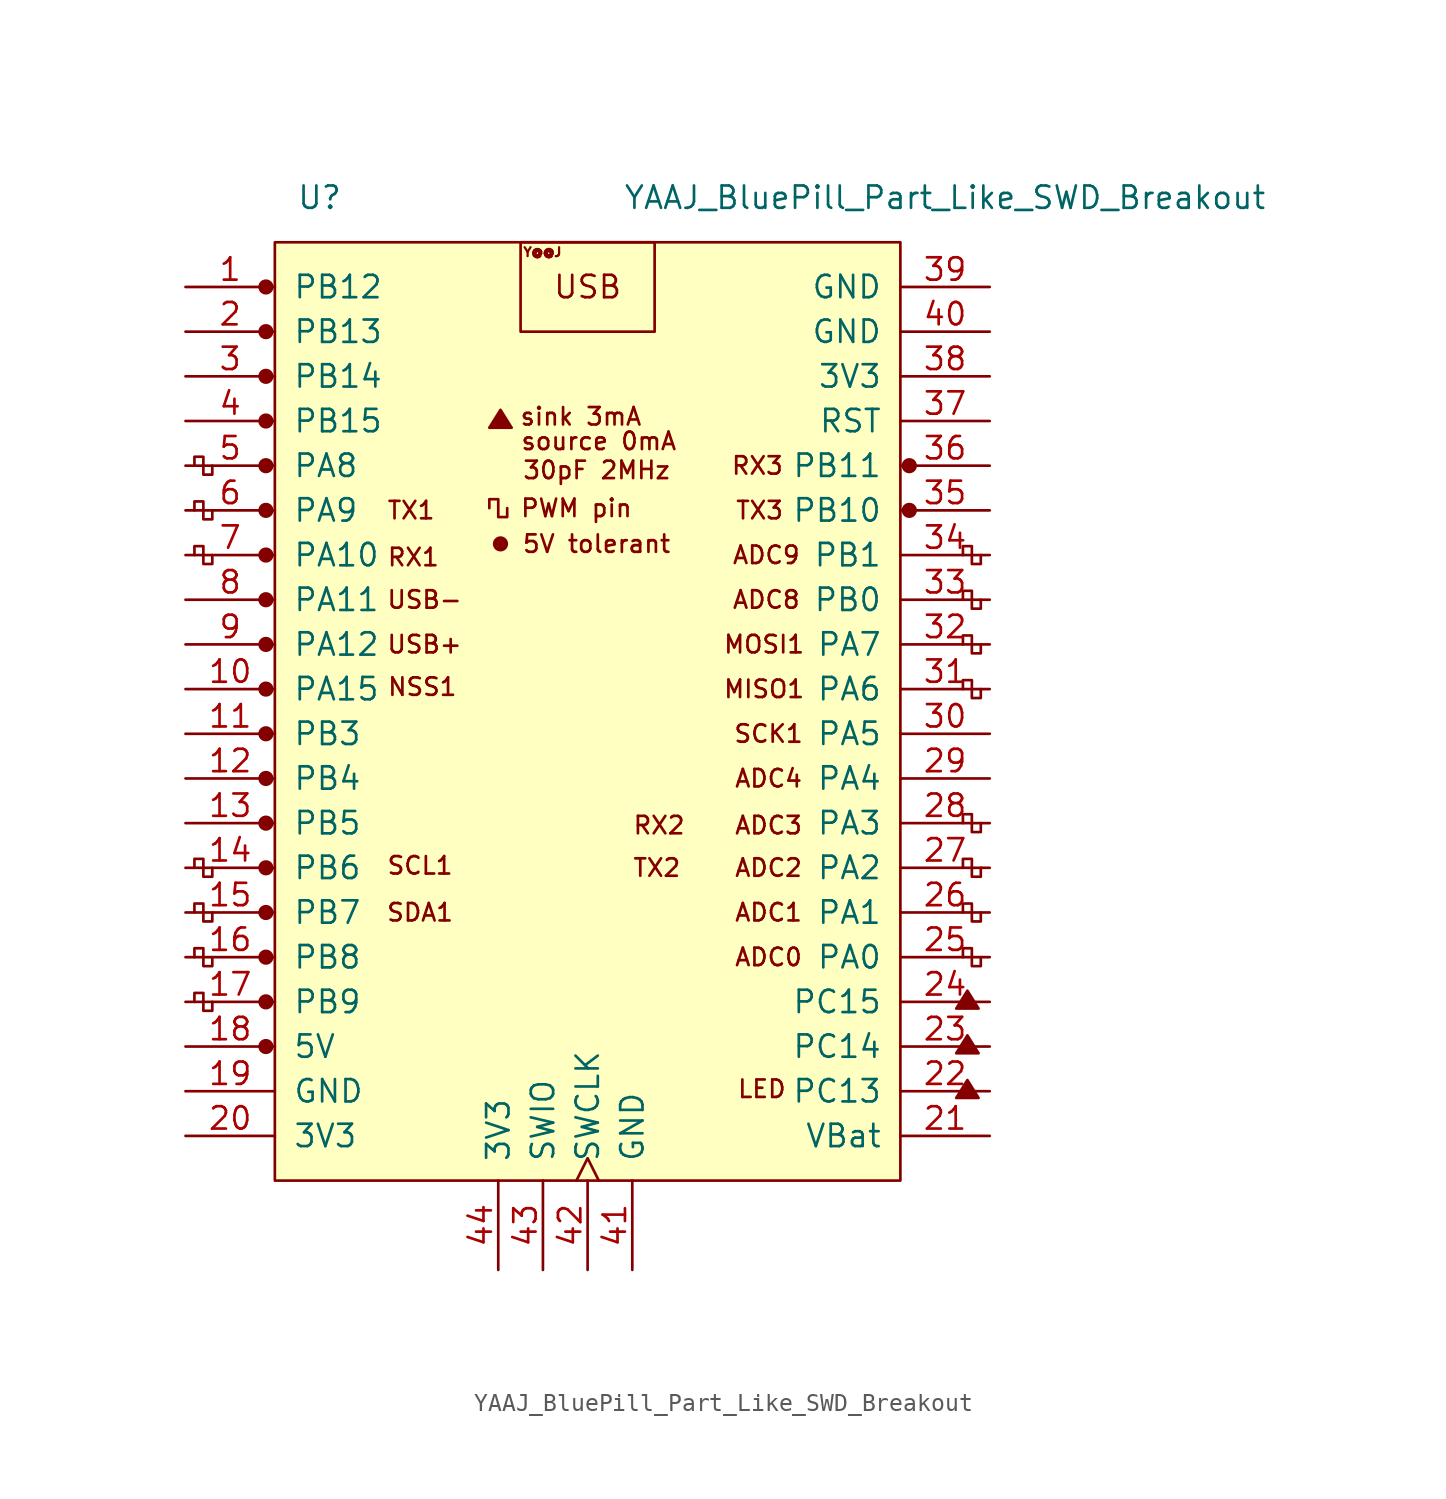
<source format=kicad_sym>
(kicad_symbol_lib
  (version 20231120)
  (generator "kicad_symbol_editor")
  (generator_version "8.0")
  (symbol "YAAJ_BluePill_Part_Like_SWD_Breakout"
    (pin_names
      (offset 1.016))
    (property "Reference" "U"
      (at -15.24 27.94 0)
      (effects (font (size 1.27 1.27))))
    (property "Value" "YAAJ_BluePill_Part_Like_SWD_Breakout"
      (at 20.32 27.94 0)
      (effects (font (size 1.27 1.27))))
    (symbol "YAAJ_BluePill_Part_Like_SWD_Breakout_0_0"
      (circle (center -18.288 -20.32) (radius 0.356) (stroke (width 0) (type solid)) (fill (type outline)))
      (circle (center -18.288 -17.78) (radius 0.356) (stroke (width 0) (type solid)) (fill (type outline)))
      (circle (center -18.288 -15.24) (radius 0.356) (stroke (width 0) (type solid)) (fill (type outline)))
      (circle (center -18.288 -12.7) (radius 0.356) (stroke (width 0) (type solid)) (fill (type outline)))
      (circle (center -18.288 -10.16) (radius 0.356) (stroke (width 0) (type solid)) (fill (type outline)))
      (circle (center -18.288 -7.62) (radius 0.356) (stroke (width 0) (type solid)) (fill (type outline)))
      (circle (center -18.288 -5.08) (radius 0.356) (stroke (width 0) (type solid)) (fill (type outline)))
      (circle (center -18.288 -2.54) (radius 0.356) (stroke (width 0) (type solid)) (fill (type outline)))
      (circle (center -18.288 0) (radius 0.356) (stroke (width 0) (type solid)) (fill (type outline)))
      (circle (center -18.288 2.54) (radius 0.356) (stroke (width 0) (type solid)) (fill (type outline)))
      (circle (center -18.288 5.08) (radius 0.356) (stroke (width 0) (type solid)) (fill (type outline)))
      (circle (center -18.288 7.62) (radius 0.356) (stroke (width 0) (type solid)) (fill (type outline)))
      (circle (center -18.288 10.16) (radius 0.356) (stroke (width 0) (type solid)) (fill (type outline)))
      (circle (center -18.288 12.7) (radius 0.356) (stroke (width 0) (type solid)) (fill (type outline)))
      (circle (center -18.288 15.24) (radius 0.356) (stroke (width 0) (type solid)) (fill (type outline)))
      (circle (center -18.288 17.78) (radius 0.356) (stroke (width 0) (type solid)) (fill (type outline)))
      (circle (center -18.288 22.86) (radius 0.356) (stroke (width 0) (type solid)) (fill (type outline)))
      (circle (center -4.953 8.255) (radius 0.127) (stroke (width 0) (type solid)) (fill (type outline)))
      (circle (center -4.953 8.255) (radius 0.254) (stroke (width 0) (type solid)) (fill (type none)))
      (circle (center -4.953 8.255) (radius 0.356) (stroke (width 0) (type solid)) (fill (type none)))
      (polyline (pts (xy -5.588 14.859) (xy -4.953 15.875) (xy -4.318 14.859) (xy -5.588 14.859) (xy -4.953 15.748) (xy -4.445 14.859) (xy -5.461 14.986) (xy -4.953 15.621) (xy -4.572 14.859) (xy -5.334 15.113) (xy -4.826 15.494) (xy -4.699 14.859) (xy -5.207 15.24) (xy -4.699 15.367) (xy -4.826 14.986) (xy -5.08 15.24) (xy -4.826 15.113) (xy -4.953 15.367)) (stroke (width 0) (type solid)) (fill (type none)))
      (polyline (pts (xy 20.955 -23.241) (xy 21.59 -22.225) (xy 22.225 -23.241) (xy 20.955 -23.241) (xy 21.59 -22.352) (xy 22.098 -23.241) (xy 21.082 -23.114) (xy 21.59 -22.479) (xy 21.971 -23.241) (xy 21.209 -22.987) (xy 21.717 -22.606) (xy 21.844 -23.241) (xy 21.336 -22.86) (xy 21.844 -22.733) (xy 21.717 -23.114) (xy 21.463 -22.86) (xy 21.717 -22.987) (xy 21.59 -22.733)) (stroke (width 0) (type solid)) (fill (type none)))
      (polyline (pts (xy 20.955 -20.701) (xy 21.59 -19.685) (xy 22.225 -20.701) (xy 20.955 -20.701) (xy 21.59 -19.812) (xy 22.098 -20.701) (xy 21.082 -20.574) (xy 21.59 -19.939) (xy 21.971 -20.701) (xy 21.209 -20.447) (xy 21.717 -20.066) (xy 21.844 -20.701) (xy 21.336 -20.32) (xy 21.844 -20.193) (xy 21.717 -20.574) (xy 21.463 -20.32) (xy 21.717 -20.447) (xy 21.59 -20.193)) (stroke (width 0) (type solid)) (fill (type none)))
      (polyline (pts (xy 20.955 -18.161) (xy 21.59 -17.145) (xy 22.225 -18.161) (xy 20.955 -18.161) (xy 21.59 -17.272) (xy 22.098 -18.161) (xy 21.082 -18.034) (xy 21.59 -17.399) (xy 21.971 -18.161) (xy 21.209 -17.907) (xy 21.717 -17.526) (xy 21.844 -18.161) (xy 21.336 -17.78) (xy 21.844 -17.653) (xy 21.717 -18.034) (xy 21.463 -17.78) (xy 21.717 -17.907) (xy 21.59 -17.653)) (stroke (width 0) (type solid)) (fill (type none)))
      (circle (center 18.288 10.16) (radius 0.254) (stroke (width 0) (type solid)) (fill (type outline)))
      (circle (center 18.288 10.16) (radius 0.356) (stroke (width 0) (type solid)) (fill (type none)))
      (circle (center 18.288 12.7) (radius 0.254) (stroke (width 0) (type solid)) (fill (type outline)))
      (circle (center 18.288 12.7) (radius 0.356) (stroke (width 0) (type solid)) (fill (type none)))
      (text "30pF 2MHz" (at 0.508 12.446 0) (effects (font (size 0.991 0.991))))
      (text "5V tolerant" (at 0.508 8.255 0) (effects (font (size 0.991 0.991))))
      (text "ADC0" (at 10.287 -15.24 0) (effects (font (size 0.991 0.991))))
      (text "ADC1" (at 10.287 -12.7 0) (effects (font (size 0.991 0.991))))
      (text "ADC2" (at 10.287 -10.16 0) (effects (font (size 0.991 0.991))))
      (text "ADC3" (at 10.287 -7.747 0) (effects (font (size 0.991 0.991))))
      (text "ADC4" (at 10.287 -5.08 0) (effects (font (size 0.991 0.991))))
      (text "ADC8" (at 10.16 5.08 0) (effects (font (size 0.991 0.991))))
      (text "ADC9" (at 10.16 7.62 0) (effects (font (size 0.991 0.991))))
      (text "LED" (at 9.906 -22.733 0) (effects (font (size 0.991 0.991))))
      (text "MISO1" (at 10.033 0 0) (effects (font (size 0.991 0.991))))
      (text "MOSI1" (at 10.033 2.54 0) (effects (font (size 0.991 0.991))))
      (text "NSS1" (at -9.398 0.127 0) (effects (font (size 0.991 0.991))))
      (text "PWM pin" (at -0.635 10.287 0) (effects (font (size 0.991 0.991))))
      (text "RX1" (at -9.906 7.493 0) (effects (font (size 0.991 0.991))))
      (text "RX2" (at 4.064 -7.747 0) (effects (font (size 0.991 0.991))))
      (text "RX3" (at 9.652 12.7 0) (effects (font (size 0.991 0.991))))
      (text "SCK1" (at 10.287 -2.54 0) (effects (font (size 0.991 0.991))))
      (text "SCL1" (at -9.525 -10.033 0) (effects (font (size 0.991 0.991))))
      (text "SDA1" (at -9.525 -12.7 0) (effects (font (size 0.991 0.991))))
      (text "sink 3mA" (at -0.381 15.494 0) (effects (font (size 0.991 0.991))))
      (text "source 0mA" (at 0.635 14.097 0) (effects (font (size 0.991 0.991))))
      (text "TX1" (at -10.033 10.16 0) (effects (font (size 0.991 0.991))))
      (text "TX2" (at 3.937 -10.16 0) (effects (font (size 0.991 0.991))))
      (text "TX3" (at 9.779 10.16 0) (effects (font (size 0.991 0.991))))
      (text "USB" (at 0 22.86 0) (effects (font (size 1.27 1.27))))
      (text "USB+" (at -9.271 2.54 0) (effects (font (size 0.991 0.991))))
      (text "USB-" (at -9.271 5.08 0) (effects (font (size 0.991 0.991))))
      (text "Y@@J" (at -2.565 24.841 0) (effects (font (size 0.508 0.508)))))
    (symbol "YAAJ_BluePill_Part_Like_SWD_Breakout_0_1"
      (rectangle (start -17.78 25.4) (end 17.78 -27.94) (stroke (width 0) (type solid)) (fill (type background)))
      (polyline (pts (xy -21.336 -17.78) (xy -21.336 -18.288) (xy -21.844 -18.288) (xy -21.844 -17.272) (xy -22.352 -17.272) (xy -22.352 -17.78)) (stroke (width 0) (type solid)) (fill (type none)))
      (polyline (pts (xy -21.336 -15.24) (xy -21.336 -15.748) (xy -21.844 -15.748) (xy -21.844 -14.732) (xy -22.352 -14.732) (xy -22.352 -15.24)) (stroke (width 0) (type solid)) (fill (type none)))
      (polyline (pts (xy -21.336 -12.7) (xy -21.336 -13.208) (xy -21.844 -13.208) (xy -21.844 -12.192) (xy -22.352 -12.192) (xy -22.352 -12.7)) (stroke (width 0) (type solid)) (fill (type none)))
      (polyline (pts (xy -21.336 -10.16) (xy -21.336 -10.668) (xy -21.844 -10.668) (xy -21.844 -9.652) (xy -22.352 -9.652) (xy -22.352 -10.16)) (stroke (width 0) (type solid)) (fill (type none)))
      (polyline (pts (xy -21.336 7.62) (xy -21.336 7.112) (xy -21.844 7.112) (xy -21.844 8.128) (xy -22.352 8.128) (xy -22.352 7.62)) (stroke (width 0) (type solid)) (fill (type none)))
      (polyline (pts (xy -21.336 10.16) (xy -21.336 9.652) (xy -21.844 9.652) (xy -21.844 10.668) (xy -22.352 10.668) (xy -22.352 10.16)) (stroke (width 0) (type solid)) (fill (type none)))
      (polyline (pts (xy -21.336 12.7) (xy -21.336 12.192) (xy -21.844 12.192) (xy -21.844 13.208) (xy -22.352 13.208) (xy -22.352 12.7)) (stroke (width 0) (type solid)) (fill (type none)))
      (polyline (pts (xy -4.572 10.287) (xy -4.572 9.779) (xy -5.08 9.779) (xy -5.08 10.795) (xy -5.588 10.795) (xy -5.588 10.287)) (stroke (width 0) (type solid)) (fill (type none)))
      (polyline (pts (xy 22.352 -15.24) (xy 22.352 -15.748) (xy 21.844 -15.748) (xy 21.844 -14.732) (xy 21.336 -14.732) (xy 21.336 -15.24)) (stroke (width 0) (type solid)) (fill (type none)))
      (polyline (pts (xy 22.352 -12.7) (xy 22.352 -13.208) (xy 21.844 -13.208) (xy 21.844 -12.192) (xy 21.336 -12.192) (xy 21.336 -12.7)) (stroke (width 0) (type solid)) (fill (type none)))
      (polyline (pts (xy 22.352 -10.16) (xy 22.352 -10.668) (xy 21.844 -10.668) (xy 21.844 -9.652) (xy 21.336 -9.652) (xy 21.336 -10.16)) (stroke (width 0) (type solid)) (fill (type none)))
      (polyline (pts (xy 22.352 -7.62) (xy 22.352 -8.128) (xy 21.844 -8.128) (xy 21.844 -7.112) (xy 21.336 -7.112) (xy 21.336 -7.62)) (stroke (width 0) (type solid)) (fill (type none)))
      (polyline (pts (xy 22.352 0) (xy 22.352 -0.508) (xy 21.844 -0.508) (xy 21.844 0.508) (xy 21.336 0.508) (xy 21.336 0)) (stroke (width 0) (type solid)) (fill (type none)))
      (polyline (pts (xy 22.352 2.54) (xy 22.352 2.032) (xy 21.844 2.032) (xy 21.844 3.048) (xy 21.336 3.048) (xy 21.336 2.54)) (stroke (width 0) (type solid)) (fill (type none)))
      (polyline (pts (xy 22.352 5.08) (xy 22.352 4.572) (xy 21.844 4.572) (xy 21.844 5.588) (xy 21.336 5.588) (xy 21.336 5.08)) (stroke (width 0) (type solid)) (fill (type none)))
      (polyline (pts (xy 22.352 7.62) (xy 22.352 7.112) (xy 21.844 7.112) (xy 21.844 8.128) (xy 21.336 8.128) (xy 21.336 7.62)) (stroke (width 0) (type solid)) (fill (type none)))
      (rectangle (start 3.81 25.4) (end -3.81 20.32) (stroke (width 0) (type solid)) (fill (type none))))
    (symbol "YAAJ_BluePill_Part_Like_SWD_Breakout_1_1"
      (circle (center -18.288 20.32) (radius 0.356) (stroke (width 0) (type solid)) (fill (type outline)))
      (pin bidirectional line (at -22.86 22.86 0) (length 5.08) (name "PB12" (effects (font (size 1.27 1.27)))) (number "1" (effects (font (size 1.27 1.27)))))
      (pin bidirectional line (at -22.86 0 0) (length 5.08) (name "PA15" (effects (font (size 1.27 1.27)))) (number "10" (effects (font (size 1.27 1.27)))))
      (pin bidirectional line (at -22.86 -2.54 0) (length 5.08) (name "PB3" (effects (font (size 1.27 1.27)))) (number "11" (effects (font (size 1.27 1.27)))))
      (pin bidirectional line (at -22.86 -5.08 0) (length 5.08) (name "PB4" (effects (font (size 1.27 1.27)))) (number "12" (effects (font (size 1.27 1.27)))))
      (pin bidirectional line (at -22.86 -7.62 0) (length 5.08) (name "PB5" (effects (font (size 1.27 1.27)))) (number "13" (effects (font (size 1.27 1.27)))))
      (pin bidirectional line (at -22.86 -10.16 0) (length 5.08) (name "PB6" (effects (font (size 1.27 1.27)))) (number "14" (effects (font (size 1.27 1.27)))))
      (pin bidirectional line (at -22.86 -12.7 0) (length 5.08) (name "PB7" (effects (font (size 1.27 1.27)))) (number "15" (effects (font (size 1.27 1.27)))))
      (pin bidirectional line (at -22.86 -15.24 0) (length 5.08) (name "PB8" (effects (font (size 1.27 1.27)))) (number "16" (effects (font (size 1.27 1.27)))))
      (pin bidirectional line (at -22.86 -17.78 0) (length 5.08) (name "PB9" (effects (font (size 1.27 1.27)))) (number "17" (effects (font (size 1.27 1.27)))))
      (pin power_in line (at -22.86 -20.32 0) (length 5.08) (name "5V" (effects (font (size 1.27 1.27)))) (number "18" (effects (font (size 1.27 1.27)))))
      (pin power_in line (at -22.86 -22.86 0) (length 5.08) (name "GND" (effects (font (size 1.27 1.27)))) (number "19" (effects (font (size 1.27 1.27)))))
      (pin bidirectional line (at -22.86 20.32 0) (length 5.08) (name "PB13" (effects (font (size 1.27 1.27)))) (number "2" (effects (font (size 1.27 1.27)))))
      (pin power_in line (at -22.86 -25.4 0) (length 5.08) (name "3V3" (effects (font (size 1.27 1.27)))) (number "20" (effects (font (size 1.27 1.27)))))
      (pin power_in line (at 22.86 -25.4 180) (length 5.08) (name "VBat" (effects (font (size 1.27 1.27)))) (number "21" (effects (font (size 1.27 1.27)))))
      (pin bidirectional line (at 22.86 -22.86 180) (length 5.08) (name "PC13" (effects (font (size 1.27 1.27)))) (number "22" (effects (font (size 1.27 1.27)))))
      (pin bidirectional line (at 22.86 -20.32 180) (length 5.08) (name "PC14" (effects (font (size 1.27 1.27)))) (number "23" (effects (font (size 1.27 1.27)))))
      (pin bidirectional line (at 22.86 -17.78 180) (length 5.08) (name "PC15" (effects (font (size 1.27 1.27)))) (number "24" (effects (font (size 1.27 1.27)))))
      (pin bidirectional line (at 22.86 -15.24 180) (length 5.08) (name "PA0" (effects (font (size 1.27 1.27)))) (number "25" (effects (font (size 1.27 1.27)))))
      (pin bidirectional line (at 22.86 -12.7 180) (length 5.08) (name "PA1" (effects (font (size 1.27 1.27)))) (number "26" (effects (font (size 1.27 1.27)))))
      (pin bidirectional line (at 22.86 -10.16 180) (length 5.08) (name "PA2" (effects (font (size 1.27 1.27)))) (number "27" (effects (font (size 1.27 1.27)))))
      (pin bidirectional line (at 22.86 -7.62 180) (length 5.08) (name "PA3" (effects (font (size 1.27 1.27)))) (number "28" (effects (font (size 1.27 1.27)))))
      (pin bidirectional line (at 22.86 -5.08 180) (length 5.08) (name "PA4" (effects (font (size 1.27 1.27)))) (number "29" (effects (font (size 1.27 1.27)))))
      (pin bidirectional line (at -22.86 17.78 0) (length 5.08) (name "PB14" (effects (font (size 1.27 1.27)))) (number "3" (effects (font (size 1.27 1.27)))))
      (pin bidirectional line (at 22.86 -2.54 180) (length 5.08) (name "PA5" (effects (font (size 1.27 1.27)))) (number "30" (effects (font (size 1.27 1.27)))))
      (pin bidirectional line (at 22.86 0 180) (length 5.08) (name "PA6" (effects (font (size 1.27 1.27)))) (number "31" (effects (font (size 1.27 1.27)))))
      (pin bidirectional line (at 22.86 2.54 180) (length 5.08) (name "PA7" (effects (font (size 1.27 1.27)))) (number "32" (effects (font (size 1.27 1.27)))))
      (pin bidirectional line (at 22.86 5.08 180) (length 5.08) (name "PB0" (effects (font (size 1.27 1.27)))) (number "33" (effects (font (size 1.27 1.27)))))
      (pin bidirectional line (at 22.86 7.62 180) (length 5.08) (name "PB1" (effects (font (size 1.27 1.27)))) (number "34" (effects (font (size 1.27 1.27)))))
      (pin bidirectional line (at 22.86 10.16 180) (length 5.08) (name "PB10" (effects (font (size 1.27 1.27)))) (number "35" (effects (font (size 1.27 1.27)))))
      (pin bidirectional line (at 22.86 12.7 180) (length 5.08) (name "PB11" (effects (font (size 1.27 1.27)))) (number "36" (effects (font (size 1.27 1.27)))))
      (pin input line (at 22.86 15.24 180) (length 5.08) (name "RST" (effects (font (size 1.27 1.27)))) (number "37" (effects (font (size 1.27 1.27)))))
      (pin power_in line (at 22.86 17.78 180) (length 5.08) (name "3V3" (effects (font (size 1.27 1.27)))) (number "38" (effects (font (size 1.27 1.27)))))
      (pin power_in line (at 22.86 22.86 180) (length 5.08) (name "GND" (effects (font (size 1.27 1.27)))) (number "39" (effects (font (size 1.27 1.27)))))
      (pin bidirectional line (at -22.86 15.24 0) (length 5.08) (name "PB15" (effects (font (size 1.27 1.27)))) (number "4" (effects (font (size 1.27 1.27)))))
      (pin power_in line (at 22.86 20.32 180) (length 5.08) (name "GND" (effects (font (size 1.27 1.27)))) (number "40" (effects (font (size 1.27 1.27)))))
      (pin power_in line (at 2.54 -33.02 90) (length 5.08) (name "GND" (effects (font (size 1.27 1.27)))) (number "41" (effects (font (size 1.27 1.27)))))
      (pin bidirectional clock (at 0 -33.02 90) (length 5.08) (name "SWCLK" (effects (font (size 1.27 1.27)))) (number "42" (effects (font (size 1.27 1.27)))))
      (pin bidirectional line (at -2.54 -33.02 90) (length 5.08) (name "SWIO" (effects (font (size 1.27 1.27)))) (number "43" (effects (font (size 1.27 1.27)))))
      (pin power_in line (at -5.08 -33.02 90) (length 5.08) (name "3V3" (effects (font (size 1.27 1.27)))) (number "44" (effects (font (size 1.27 1.27)))))
      (pin bidirectional line (at -22.86 12.7 0) (length 5.08) (name "PA8" (effects (font (size 1.27 1.27)))) (number "5" (effects (font (size 1.27 1.27)))))
      (pin bidirectional line (at -22.86 10.16 0) (length 5.08) (name "PA9" (effects (font (size 1.27 1.27)))) (number "6" (effects (font (size 1.27 1.27)))))
      (pin bidirectional line (at -22.86 7.62 0) (length 5.08) (name "PA10" (effects (font (size 1.27 1.27)))) (number "7" (effects (font (size 1.27 1.27)))))
      (pin bidirectional line (at -22.86 5.08 0) (length 5.08) (name "PA11" (effects (font (size 1.27 1.27)))) (number "8" (effects (font (size 1.27 1.27)))))
      (pin bidirectional line (at -22.86 2.54 0) (length 5.08) (name "PA12" (effects (font (size 1.27 1.27)))) (number "9" (effects (font (size 1.27 1.27))))))))
</source>
